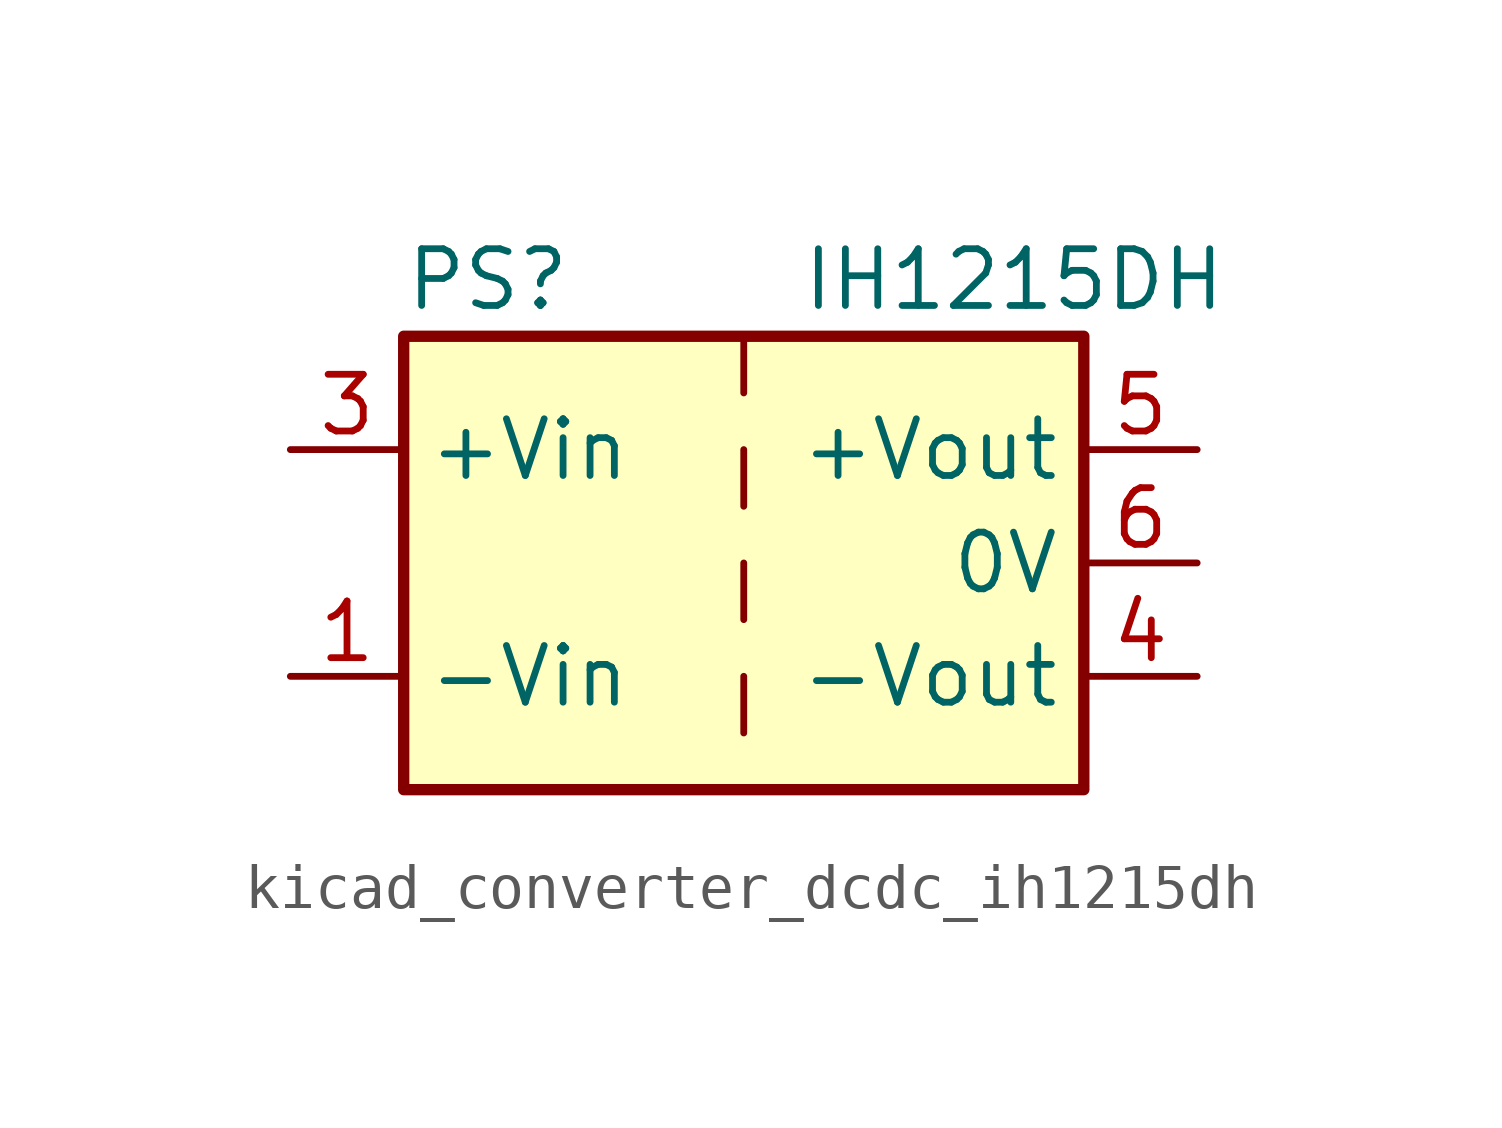
<source format=kicad_sym>
(kicad_symbol_lib
  (version 20220914)
  (generator kicad_symbol_editor)
  (symbol "kicad_converter_dcdc_ih1215dh"
    (property "Reference" "PS"
      (at -7.62 6.35 0)
      (effects (font (size 1.27 1.27)) (justify left)))
    (property "Value" "IH1215DH"
      (at 1.27 6.35 0)
      (effects (font (size 1.27 1.27)) (justify left)))
    (symbol "kicad_converter_dcdc_ih1215dh_0_0"
      (pin power_in line (at -10.16 -2.54 0) (length 2.54) (name "-Vin" (effects (font (size 1.27 1.27)))) (number "1" (effects (font (size 1.27 1.27)))))
      (pin power_in line (at -10.16 2.54 0) (length 2.54) (name "+Vin" (effects (font (size 1.27 1.27)))) (number "3" (effects (font (size 1.27 1.27)))))
      (pin power_out line (at 10.16 -2.54 180) (length 2.54) (name "-Vout" (effects (font (size 1.27 1.27)))) (number "4" (effects (font (size 1.27 1.27)))))
      (pin power_out line (at 10.16 2.54 180) (length 2.54) (name "+Vout" (effects (font (size 1.27 1.27)))) (number "5" (effects (font (size 1.27 1.27)))))
      (pin power_out line (at 10.16 0 180) (length 2.54) (name "0V" (effects (font (size 1.27 1.27)))) (number "6" (effects (font (size 1.27 1.27))))))
    (symbol "kicad_converter_dcdc_ih1215dh_0_1"
      (rectangle (start -7.62 5.08) (end 7.62 -5.08) (stroke (width 0.254) (type default)) (fill (type background)))
      (polyline (pts (xy 0 -2.54) (xy 0 -3.81)) (stroke (width 0) (type default)) (fill (type none)))
      (polyline (pts (xy 0 0) (xy 0 -1.27)) (stroke (width 0) (type default)) (fill (type none)))
      (polyline (pts (xy 0 2.54) (xy 0 1.27)) (stroke (width 0) (type default)) (fill (type none)))
      (polyline (pts (xy 0 5.08) (xy 0 3.81)) (stroke (width 0) (type default)) (fill (type none))))
    (symbol "kicad_converter_dcdc_ih1215dh_1_1"
      (pin no_connect line (at 0 -5.08 90) (length 2.54) hide (name "NC" (effects (font (size 1.27 1.27)))) (number "2" (effects (font (size 1.27 1.27))))))))
</source>
